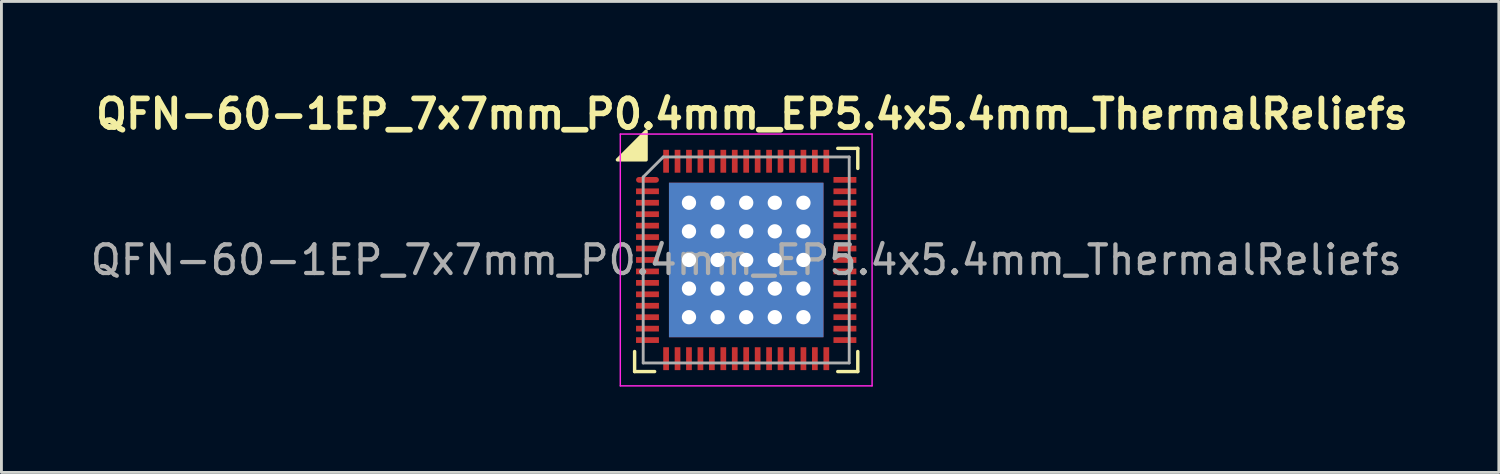
<source format=kicad_pcb>
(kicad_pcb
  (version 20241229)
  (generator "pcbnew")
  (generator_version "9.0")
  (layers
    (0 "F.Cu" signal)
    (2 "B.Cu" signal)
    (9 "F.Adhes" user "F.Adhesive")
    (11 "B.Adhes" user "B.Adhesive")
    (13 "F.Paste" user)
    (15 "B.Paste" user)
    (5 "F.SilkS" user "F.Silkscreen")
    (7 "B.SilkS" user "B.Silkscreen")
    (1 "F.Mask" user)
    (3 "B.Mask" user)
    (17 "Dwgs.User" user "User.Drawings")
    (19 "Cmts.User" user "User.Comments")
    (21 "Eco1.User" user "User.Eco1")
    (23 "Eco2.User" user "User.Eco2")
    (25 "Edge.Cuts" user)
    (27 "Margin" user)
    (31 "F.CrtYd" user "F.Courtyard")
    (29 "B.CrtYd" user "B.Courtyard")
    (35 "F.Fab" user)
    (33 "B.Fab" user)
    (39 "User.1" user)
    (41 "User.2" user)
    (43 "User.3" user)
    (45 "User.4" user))
  (footprint "QFN-60-1EP_7x7mm_P0.4mm_EP5.4x5.4mm_ThermalReliefs"
    (layer "F.Cu")
    (at 23.03 6.036)
    (property "Reference" "QFN-60-1EP_7x7mm_P0.4mm_EP5.4x5.4mm_ThermalReliefs" (at 0.2 -5.1 0) (layer "F.SilkS") (effects (font (size 1 1) (thickness 0.2))))
    (attr smd)
    (fp_line (start -3.9 3.9) (end -3.9 3.2) (stroke (width 0.12) (type solid)) (layer "F.SilkS"))
    (fp_line (start -3.2 3.9) (end -3.9 3.9) (stroke (width 0.12) (type solid)) (layer "F.SilkS"))
    (fp_line (start 3.2 -3.9) (end 3.9 -3.9) (stroke (width 0.12) (type solid)) (layer "F.SilkS"))
    (fp_line (start 3.9 -3.9) (end 3.9 -3.2) (stroke (width 0.12) (type solid)) (layer "F.SilkS"))
    (fp_line (start 3.9 3.2) (end 3.9 3.9) (stroke (width 0.12) (type solid)) (layer "F.SilkS"))
    (fp_line (start 3.9 3.9) (end 3.2 3.9) (stroke (width 0.12) (type solid)) (layer "F.SilkS"))
    (fp_poly (pts (xy -3.5 -3.5) (xy -4.5 -3.5) (xy -3.5 -4.5)) (stroke (width 0.12) (type solid)) (fill yes) (layer "F.SilkS"))
    (fp_line (start -4.4 -4.4) (end -4.4 4.4) (stroke (width 0.05) (type solid)) (layer "F.CrtYd"))
    (fp_line (start -4.4 4.4) (end 4.4 4.4) (stroke (width 0.05) (type solid)) (layer "F.CrtYd"))
    (fp_line (start 4.4 -4.4) (end -4.4 -4.4) (stroke (width 0.05) (type solid)) (layer "F.CrtYd"))
    (fp_line (start 4.4 4.4) (end 4.4 -4.4) (stroke (width 0.05) (type solid)) (layer "F.CrtYd"))
    (fp_line (start -3.6 -2.9) (end -2.9 -3.6) (stroke (width 0.1) (type solid)) (layer "F.Fab"))
    (fp_line (start -3.6 3.6) (end -3.6 -2.9) (stroke (width 0.1) (type solid)) (layer "F.Fab"))
    (fp_line (start -2.9 -3.6) (end 3.6 -3.6) (stroke (width 0.1) (type solid)) (layer "F.Fab"))
    (fp_line (start 3.6 -3.6) (end 3.6 3.6) (stroke (width 0.1) (type solid)) (layer "F.Fab"))
    (fp_line (start 3.6 3.6) (end -3.6 3.6) (stroke (width 0.1) (type solid)) (layer "F.Fab"))
    (fp_text user "${REFERENCE}" (at 0 0 0) (layer "F.Fab") (effects (font (size 1 1) (thickness 0.15))))
    (pad "" smd roundrect (at -2.2 -2.2) (size 0.75 0.75) (layers "F.Paste") (roundrect_rratio 0.238))
    (pad "" smd roundrect (at -2.2 -1.1) (size 0.75 0.75) (layers "F.Paste") (roundrect_rratio 0.238))
    (pad "" smd roundrect (at -2.2 0) (size 0.75 0.75) (layers "F.Paste") (roundrect_rratio 0.238))
    (pad "" smd roundrect (at -2.2 1.1) (size 0.75 0.75) (layers "F.Paste") (roundrect_rratio 0.238))
    (pad "" smd roundrect (at -2.2 2.2) (size 0.75 0.75) (layers "F.Paste") (roundrect_rratio 0.238))
    (pad "" smd roundrect (at -1.1 -2.2) (size 0.75 0.75) (layers "F.Paste") (roundrect_rratio 0.238))
    (pad "" smd roundrect (at -1.1 -1.1) (size 0.75 0.75) (layers "F.Paste") (roundrect_rratio 0.238))
    (pad "" smd roundrect (at -1.1 0) (size 0.75 0.75) (layers "F.Paste") (roundrect_rratio 0.238))
    (pad "" smd roundrect (at -1.1 1.1) (size 0.75 0.75) (layers "F.Paste") (roundrect_rratio 0.238))
    (pad "" smd roundrect (at -1.1 2.2) (size 0.75 0.75) (layers "F.Paste") (roundrect_rratio 0.238))
    (pad "" smd roundrect (at 0 -2.2) (size 0.75 0.75) (layers "F.Paste") (roundrect_rratio 0.238))
    (pad "" smd roundrect (at 0 -1.1) (size 0.75 0.75) (layers "F.Paste") (roundrect_rratio 0.238))
    (pad "" smd roundrect (at 0 0) (size 0.75 0.75) (layers "F.Paste") (roundrect_rratio 0.238))
    (pad "" smd roundrect (at 0 1.1) (size 0.75 0.75) (layers "F.Paste") (roundrect_rratio 0.238))
    (pad "" smd roundrect (at 0 2.2) (size 0.75 0.75) (layers "F.Paste") (roundrect_rratio 0.238))
    (pad "" smd roundrect (at 1.1 -2.2) (size 0.75 0.75) (layers "F.Paste") (roundrect_rratio 0.238))
    (pad "" smd roundrect (at 1.1 -1.1) (size 0.75 0.75) (layers "F.Paste") (roundrect_rratio 0.238))
    (pad "" smd roundrect (at 1.1 0) (size 0.75 0.75) (layers "F.Paste") (roundrect_rratio 0.238))
    (pad "" smd roundrect (at 1.1 1.1) (size 0.75 0.75) (layers "F.Paste") (roundrect_rratio 0.238))
    (pad "" smd roundrect (at 1.1 2.2) (size 0.75 0.75) (layers "F.Paste") (roundrect_rratio 0.238))
    (pad "" smd roundrect (at 2.2 -2.2) (size 0.75 0.75) (layers "F.Paste") (roundrect_rratio 0.238))
    (pad "" smd roundrect (at 2.2 -1.1) (size 0.75 0.75) (layers "F.Paste") (roundrect_rratio 0.238))
    (pad "" smd roundrect (at 2.2 0) (size 0.75 0.75) (layers "F.Paste") (roundrect_rratio 0.238))
    (pad "" smd roundrect (at 2.2 1.1) (size 0.75 0.75) (layers "F.Paste") (roundrect_rratio 0.238))
    (pad "" smd roundrect (at 2.2 2.2) (size 0.75 0.75) (layers "F.Paste") (roundrect_rratio 0.238))
    (pad "1" smd roundrect (at -3.45 -2.8) (size 0.8 0.2) (layers "F.Cu" "F.Mask" "F.Paste") (roundrect_rratio 0.5))
    (pad "2" smd trapezoid (at -3.45 -2.4) (size 0.8 0.2) (layers "F.Cu" "F.Mask" "F.Paste"))
    (pad "3" smd trapezoid (at -3.45 -2) (size 0.8 0.2) (layers "F.Cu" "F.Mask" "F.Paste"))
    (pad "4" smd trapezoid (at -3.45 -1.6) (size 0.8 0.2) (layers "F.Cu" "F.Mask" "F.Paste"))
    (pad "5" smd trapezoid (at -3.45 -1.2) (size 0.8 0.2) (layers "F.Cu" "F.Mask" "F.Paste"))
    (pad "6" smd trapezoid (at -3.45 -0.8) (size 0.8 0.2) (layers "F.Cu" "F.Mask" "F.Paste"))
    (pad "7" smd trapezoid (at -3.45 -0.4) (size 0.8 0.2) (layers "F.Cu" "F.Mask" "F.Paste"))
    (pad "8" smd trapezoid (at -3.45 0) (size 0.8 0.2) (layers "F.Cu" "F.Mask" "F.Paste"))
    (pad "9" smd trapezoid (at -3.45 0.4) (size 0.8 0.2) (layers "F.Cu" "F.Mask" "F.Paste"))
    (pad "10" smd trapezoid (at -3.45 0.8) (size 0.8 0.2) (layers "F.Cu" "F.Mask" "F.Paste"))
    (pad "11" smd trapezoid (at -3.45 1.2) (size 0.8 0.2) (layers "F.Cu" "F.Mask" "F.Paste"))
    (pad "12" smd trapezoid (at -3.45 1.6) (size 0.8 0.2) (layers "F.Cu" "F.Mask" "F.Paste"))
    (pad "13" smd trapezoid (at -3.45 2) (size 0.8 0.2) (layers "F.Cu" "F.Mask" "F.Paste"))
    (pad "14" smd trapezoid (at -3.45 2.4) (size 0.8 0.2) (layers "F.Cu" "F.Mask" "F.Paste"))
    (pad "15" smd trapezoid (at -3.45 2.8) (size 0.8 0.2) (layers "F.Cu" "F.Mask" "F.Paste"))
    (pad "16" smd trapezoid (at -2.8 3.45 270) (size 0.8 0.2) (layers "F.Cu" "F.Mask" "F.Paste"))
    (pad "17" smd trapezoid (at -2.4 3.45 90) (size 0.8 0.2) (layers "F.Cu" "F.Mask" "F.Paste"))
    (pad "18" smd trapezoid (at -2 3.45 90) (size 0.8 0.2) (layers "F.Cu" "F.Mask" "F.Paste"))
    (pad "19" smd trapezoid (at -1.6 3.45 90) (size 0.8 0.2) (layers "F.Cu" "F.Mask" "F.Paste"))
    (pad "20" smd trapezoid (at -1.2 3.45 90) (size 0.8 0.2) (layers "F.Cu" "F.Mask" "F.Paste"))
    (pad "21" smd trapezoid (at -0.8 3.45 90) (size 0.8 0.2) (layers "F.Cu" "F.Mask" "F.Paste"))
    (pad "22" smd trapezoid (at -0.4 3.45 90) (size 0.8 0.2) (layers "F.Cu" "F.Mask" "F.Paste"))
    (pad "23" smd trapezoid (at 0 3.45 90) (size 0.8 0.2) (layers "F.Cu" "F.Mask" "F.Paste"))
    (pad "24" smd trapezoid (at 0.4 3.45 90) (size 0.8 0.2) (layers "F.Cu" "F.Mask" "F.Paste"))
    (pad "25" smd trapezoid (at 0.8 3.45 90) (size 0.8 0.2) (layers "F.Cu" "F.Mask" "F.Paste"))
    (pad "26" smd trapezoid (at 1.2 3.45 90) (size 0.8 0.2) (layers "F.Cu" "F.Mask" "F.Paste"))
    (pad "27" smd trapezoid (at 1.6 3.45 90) (size 0.8 0.2) (layers "F.Cu" "F.Mask" "F.Paste"))
    (pad "28" smd trapezoid (at 2 3.45 90) (size 0.8 0.2) (layers "F.Cu" "F.Mask" "F.Paste"))
    (pad "29" smd trapezoid (at 2.4 3.45 90) (size 0.8 0.2) (layers "F.Cu" "F.Mask" "F.Paste"))
    (pad "30" smd trapezoid (at 2.8 3.45 90) (size 0.8 0.2) (layers "F.Cu" "F.Mask" "F.Paste"))
    (pad "31" smd trapezoid (at 3.45 2.8) (size 0.8 0.2) (layers "F.Cu" "F.Mask" "F.Paste"))
    (pad "32" smd trapezoid (at 3.45 2.4) (size 0.8 0.2) (layers "F.Cu" "F.Mask" "F.Paste"))
    (pad "33" smd trapezoid (at 3.45 2) (size 0.8 0.2) (layers "F.Cu" "F.Mask" "F.Paste"))
    (pad "34" smd trapezoid (at 3.45 1.6) (size 0.8 0.2) (layers "F.Cu" "F.Mask" "F.Paste"))
    (pad "35" smd trapezoid (at 3.45 1.2) (size 0.8 0.2) (layers "F.Cu" "F.Mask" "F.Paste"))
    (pad "36" smd trapezoid (at 3.45 0.8) (size 0.8 0.2) (layers "F.Cu" "F.Mask" "F.Paste"))
    (pad "37" smd trapezoid (at 3.45 0.4) (size 0.8 0.2) (layers "F.Cu" "F.Mask" "F.Paste"))
    (pad "38" smd trapezoid (at 3.45 0) (size 0.8 0.2) (layers "F.Cu" "F.Mask" "F.Paste"))
    (pad "39" smd trapezoid (at 3.45 -0.4) (size 0.8 0.2) (layers "F.Cu" "F.Mask" "F.Paste"))
    (pad "40" smd trapezoid (at 3.45 -0.8) (size 0.8 0.2) (layers "F.Cu" "F.Mask" "F.Paste"))
    (pad "41" smd trapezoid (at 3.45 -1.2) (size 0.8 0.2) (layers "F.Cu" "F.Mask" "F.Paste"))
    (pad "42" smd trapezoid (at 3.45 -1.6) (size 0.8 0.2) (layers "F.Cu" "F.Mask" "F.Paste"))
    (pad "43" smd trapezoid (at 3.45 -2) (size 0.8 0.2) (layers "F.Cu" "F.Mask" "F.Paste"))
    (pad "44" smd trapezoid (at 3.45 -2.4) (size 0.8 0.2) (layers "F.Cu" "F.Mask" "F.Paste"))
    (pad "45" smd trapezoid (at 3.45 -2.8) (size 0.8 0.2) (layers "F.Cu" "F.Mask" "F.Paste"))
    (pad "46" smd trapezoid (at 2.8 -3.45 90) (size 0.8 0.2) (layers "F.Cu" "F.Mask" "F.Paste"))
    (pad "47" smd trapezoid (at 2.4 -3.45 90) (size 0.8 0.2) (layers "F.Cu" "F.Mask" "F.Paste"))
    (pad "48" smd trapezoid (at 2 -3.45 90) (size 0.8 0.2) (layers "F.Cu" "F.Mask" "F.Paste"))
    (pad "49" smd trapezoid (at 1.6 -3.45 90) (size 0.8 0.2) (layers "F.Cu" "F.Mask" "F.Paste"))
    (pad "50" smd trapezoid (at 1.2 -3.45 90) (size 0.8 0.2) (layers "F.Cu" "F.Mask" "F.Paste"))
    (pad "51" smd trapezoid (at 0.8 -3.45 90) (size 0.8 0.2) (layers "F.Cu" "F.Mask" "F.Paste"))
    (pad "52" smd trapezoid (at 0.4 -3.45 90) (size 0.8 0.2) (layers "F.Cu" "F.Mask" "F.Paste"))
    (pad "53" smd trapezoid (at 0 -3.45 90) (size 0.8 0.2) (layers "F.Cu" "F.Mask" "F.Paste"))
    (pad "54" smd trapezoid (at -0.4 -3.45 90) (size 0.8 0.2) (layers "F.Cu" "F.Mask" "F.Paste"))
    (pad "55" smd trapezoid (at -0.8 -3.45 90) (size 0.8 0.2) (layers "F.Cu" "F.Mask" "F.Paste"))
    (pad "56" smd trapezoid (at -1.2 -3.45 90) (size 0.8 0.2) (layers "F.Cu" "F.Mask" "F.Paste"))
    (pad "57" smd trapezoid (at -1.6 -3.45 90) (size 0.8 0.2) (layers "F.Cu" "F.Mask" "F.Paste"))
    (pad "58" smd trapezoid (at -2 -3.45 90) (size 0.8 0.2) (layers "F.Cu" "F.Mask" "F.Paste"))
    (pad "59" smd trapezoid (at -2.4 -3.45 90) (size 0.8 0.2) (layers "F.Cu" "F.Mask" "F.Paste"))
    (pad "60" smd trapezoid (at -2.8 -3.45 90) (size 0.8 0.2) (layers "F.Cu" "F.Mask" "F.Paste"))
    (pad "61" thru_hole circle (at -2 -2) (size 0.6 0.6) (drill 0.5) (layers "*.Cu" "F.Mask"))
    (pad "61" thru_hole circle (at -2 -1) (size 0.6 0.6) (drill 0.5) (layers "*.Cu" "F.Mask"))
    (pad "61" thru_hole circle (at -2 0) (size 0.6 0.6) (drill 0.5) (layers "*.Cu" "F.Mask"))
    (pad "61" thru_hole circle (at -2 1) (size 0.6 0.6) (drill 0.5) (layers "*.Cu" "F.Mask"))
    (pad "61" thru_hole circle (at -2 2) (size 0.6 0.6) (drill 0.5) (layers "*.Cu" "F.Mask"))
    (pad "61" thru_hole circle (at -1 -2) (size 0.6 0.6) (drill 0.5) (layers "*.Cu" "F.Mask"))
    (pad "61" thru_hole circle (at -1 -1) (size 0.6 0.6) (drill 0.5) (layers "*.Cu" "F.Mask"))
    (pad "61" thru_hole circle (at -1 0) (size 0.6 0.6) (drill 0.5) (layers "*.Cu" "F.Mask"))
    (pad "61" thru_hole circle (at -1 1) (size 0.6 0.6) (drill 0.5) (layers "*.Cu" "F.Mask"))
    (pad "61" thru_hole circle (at -1 2) (size 0.6 0.6) (drill 0.5) (layers "*.Cu" "F.Mask"))
    (pad "61" thru_hole circle (at 0 -2) (size 0.6 0.6) (drill 0.5) (layers "*.Cu" "F.Mask"))
    (pad "61" thru_hole circle (at 0 -1) (size 0.6 0.6) (drill 0.5) (layers "*.Cu" "F.Mask"))
    (pad "61" thru_hole circle (at 0 0) (size 0.6 0.6) (drill 0.5) (layers "*.Cu" "F.Mask"))
    (pad "61" smd rect (at 0 0) (size 5.4 5.4) (layers "F.Cu" "F.Mask"))
    (pad "61" smd rect (at 0 0) (size 5.4 5.4) (layers "B.Cu"))
    (pad "61" thru_hole circle (at 0 1) (size 0.6 0.6) (drill 0.5) (layers "*.Cu" "F.Mask"))
    (pad "61" thru_hole circle (at 0 2) (size 0.6 0.6) (drill 0.5) (layers "*.Cu" "F.Mask"))
    (pad "61" thru_hole circle (at 1 -2) (size 0.6 0.6) (drill 0.5) (layers "*.Cu" "F.Mask"))
    (pad "61" thru_hole circle (at 1 -1) (size 0.6 0.6) (drill 0.5) (layers "*.Cu" "F.Mask"))
    (pad "61" thru_hole circle (at 1 0) (size 0.6 0.6) (drill 0.5) (layers "*.Cu" "F.Mask"))
    (pad "61" thru_hole circle (at 1 1) (size 0.6 0.6) (drill 0.5) (layers "*.Cu" "F.Mask"))
    (pad "61" thru_hole circle (at 1 2) (size 0.6 0.6) (drill 0.5) (layers "*.Cu" "F.Mask"))
    (pad "61" thru_hole circle (at 2 -2) (size 0.6 0.6) (drill 0.5) (layers "*.Cu" "F.Mask"))
    (pad "61" thru_hole circle (at 2 -1) (size 0.6 0.6) (drill 0.5) (layers "*.Cu" "F.Mask"))
    (pad "61" thru_hole circle (at 2 0) (size 0.6 0.6) (drill 0.5) (layers "*.Cu" "F.Mask"))
    (pad "61" thru_hole circle (at 2 1) (size 0.6 0.6) (drill 0.5) (layers "*.Cu" "F.Mask"))
    (pad "61" thru_hole circle (at 2 2) (size 0.6 0.6) (drill 0.5) (layers "*.Cu" "F.Mask")))
  (gr_rect
    (start -3 -3)
    (end 49.335 13.461)
    (stroke (width 0.1) (type default))
    (fill no)
    (layer "Edge.Cuts")))
</source>
